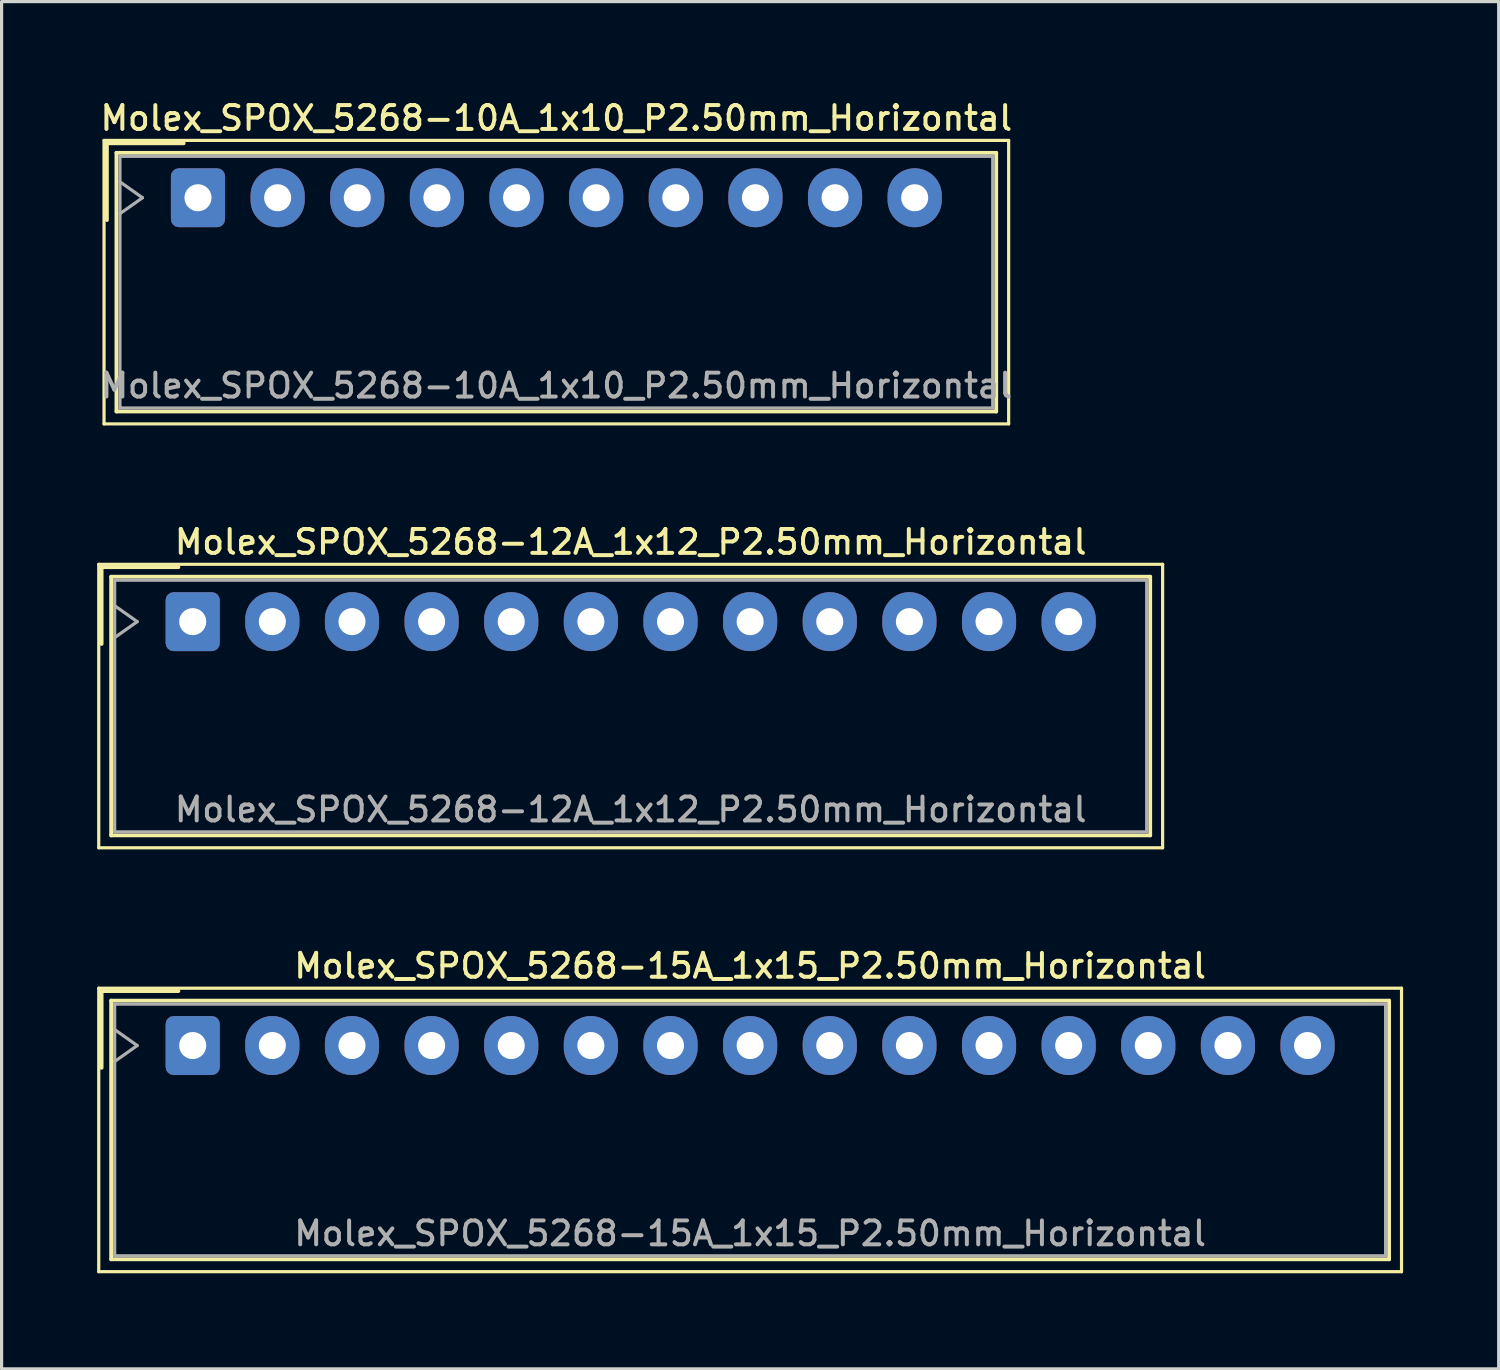
<source format=kicad_pcb>
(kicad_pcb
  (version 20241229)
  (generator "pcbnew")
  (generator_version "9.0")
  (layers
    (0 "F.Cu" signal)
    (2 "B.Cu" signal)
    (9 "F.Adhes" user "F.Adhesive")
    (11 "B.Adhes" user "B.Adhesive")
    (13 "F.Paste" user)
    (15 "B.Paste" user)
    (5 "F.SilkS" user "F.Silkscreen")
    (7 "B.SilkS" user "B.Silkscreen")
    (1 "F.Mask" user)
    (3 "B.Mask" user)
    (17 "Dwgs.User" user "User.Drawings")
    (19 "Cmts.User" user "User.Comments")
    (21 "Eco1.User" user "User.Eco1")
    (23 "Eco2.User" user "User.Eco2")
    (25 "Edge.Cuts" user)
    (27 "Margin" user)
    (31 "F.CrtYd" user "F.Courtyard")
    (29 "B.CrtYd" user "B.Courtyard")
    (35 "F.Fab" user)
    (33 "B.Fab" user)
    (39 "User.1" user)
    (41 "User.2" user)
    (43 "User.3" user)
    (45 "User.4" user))
  (footprint "Molex_SPOX_5268-10A_1x10_P2.50mm_Horizontal"
    (layer "F.Cu")
    (at 3.166 3.158)
    (property "Reference" "Molex_SPOX_5268-10A_1x10_P2.50mm_Horizontal" (at 11.25 -2.5 0) (layer "F.SilkS") (effects (font (size 0.75 0.75) (thickness 0.125))))
    (attr through_hole)
    (fp_line (start -2.95 -1.8) (end -2.95 7.1) (stroke (width 0.1) (type solid)) (layer "F.SilkS"))
    (fp_line (start -2.95 7.1) (end 25.45 7.1) (stroke (width 0.1) (type solid)) (layer "F.SilkS"))
    (fp_line (start -2.86 -1.71) (end -0.45 -1.71) (stroke (width 0.12) (type solid)) (layer "F.SilkS"))
    (fp_line (start -2.86 0.7) (end -2.86 -1.71) (stroke (width 0.12) (type solid)) (layer "F.SilkS"))
    (fp_line (start -2.56 -1.41) (end -2.56 6.71) (stroke (width 0.12) (type solid)) (layer "F.SilkS"))
    (fp_line (start -2.56 6.71) (end 25.06 6.71) (stroke (width 0.12) (type solid)) (layer "F.SilkS"))
    (fp_line (start 25.06 -1.41) (end -2.56 -1.41) (stroke (width 0.12) (type solid)) (layer "F.SilkS"))
    (fp_line (start 25.06 6.71) (end 25.06 -1.41) (stroke (width 0.12) (type solid)) (layer "F.SilkS"))
    (fp_line (start 25.45 -1.8) (end -2.95 -1.8) (stroke (width 0.1) (type solid)) (layer "F.SilkS"))
    (fp_line (start 25.45 7.1) (end 25.45 -1.8) (stroke (width 0.1) (type solid)) (layer "F.SilkS"))
    (fp_line (start -2.45 -1.3) (end -2.45 6.6) (stroke (width 0.1) (type solid)) (layer "F.Fab"))
    (fp_line (start -2.45 0.5) (end -1.743 0) (stroke (width 0.1) (type solid)) (layer "F.Fab"))
    (fp_line (start -2.45 6.6) (end 24.95 6.6) (stroke (width 0.1) (type solid)) (layer "F.Fab"))
    (fp_line (start -1.743 0) (end -2.45 -0.5) (stroke (width 0.1) (type solid)) (layer "F.Fab"))
    (fp_line (start 24.95 -1.3) (end -2.45 -1.3) (stroke (width 0.1) (type solid)) (layer "F.Fab"))
    (fp_line (start 24.95 6.6) (end 24.95 -1.3) (stroke (width 0.1) (type solid)) (layer "F.Fab"))
    (fp_text user "${REFERENCE}" (at 11.25 5.9 0) (layer "F.Fab") (effects (font (size 0.75 0.75) (thickness 0.125))))
    (pad "1" thru_hole roundrect (at 0 0) (size 1.7 1.85) (drill 0.85) (layers "*.Cu" "*.Mask") (roundrect_rratio 0.147))
    (pad "2" thru_hole oval (at 2.5 0) (size 1.7 1.85) (drill 0.85) (layers "*.Cu" "*.Mask"))
    (pad "3" thru_hole oval (at 5 0) (size 1.7 1.85) (drill 0.85) (layers "*.Cu" "*.Mask"))
    (pad "4" thru_hole oval (at 7.5 0) (size 1.7 1.85) (drill 0.85) (layers "*.Cu" "*.Mask"))
    (pad "5" thru_hole oval (at 10 0) (size 1.7 1.85) (drill 0.85) (layers "*.Cu" "*.Mask"))
    (pad "6" thru_hole oval (at 12.5 0) (size 1.7 1.85) (drill 0.85) (layers "*.Cu" "*.Mask"))
    (pad "7" thru_hole oval (at 15 0) (size 1.7 1.85) (drill 0.85) (layers "*.Cu" "*.Mask"))
    (pad "8" thru_hole oval (at 17.5 0) (size 1.7 1.85) (drill 0.85) (layers "*.Cu" "*.Mask"))
    (pad "9" thru_hole oval (at 20 0) (size 1.7 1.85) (drill 0.85) (layers "*.Cu" "*.Mask"))
    (pad "10" thru_hole oval (at 22.5 0) (size 1.7 1.85) (drill 0.85) (layers "*.Cu" "*.Mask")))
  (footprint "Molex_SPOX_5268-15A_1x15_P2.50mm_Horizontal"
    (layer "F.Cu")
    (at 3 29.774)
    (property "Reference" "Molex_SPOX_5268-15A_1x15_P2.50mm_Horizontal" (at 17.5 -2.5 0) (layer "F.SilkS") (effects (font (size 0.75 0.75) (thickness 0.125))))
    (attr through_hole)
    (fp_line (start -2.95 -1.8) (end -2.95 7.1) (stroke (width 0.1) (type solid)) (layer "F.SilkS"))
    (fp_line (start -2.95 7.1) (end 37.95 7.1) (stroke (width 0.1) (type solid)) (layer "F.SilkS"))
    (fp_line (start -2.86 -1.71) (end -0.45 -1.71) (stroke (width 0.12) (type solid)) (layer "F.SilkS"))
    (fp_line (start -2.86 0.7) (end -2.86 -1.71) (stroke (width 0.12) (type solid)) (layer "F.SilkS"))
    (fp_line (start -2.56 -1.41) (end -2.56 6.71) (stroke (width 0.12) (type solid)) (layer "F.SilkS"))
    (fp_line (start -2.56 6.71) (end 37.56 6.71) (stroke (width 0.12) (type solid)) (layer "F.SilkS"))
    (fp_line (start 37.56 -1.41) (end -2.56 -1.41) (stroke (width 0.12) (type solid)) (layer "F.SilkS"))
    (fp_line (start 37.56 6.71) (end 37.56 -1.41) (stroke (width 0.12) (type solid)) (layer "F.SilkS"))
    (fp_line (start 37.95 -1.8) (end -2.95 -1.8) (stroke (width 0.1) (type solid)) (layer "F.SilkS"))
    (fp_line (start 37.95 7.1) (end 37.95 -1.8) (stroke (width 0.1) (type solid)) (layer "F.SilkS"))
    (fp_line (start -2.45 -1.3) (end -2.45 6.6) (stroke (width 0.1) (type solid)) (layer "F.Fab"))
    (fp_line (start -2.45 0.5) (end -1.743 0) (stroke (width 0.1) (type solid)) (layer "F.Fab"))
    (fp_line (start -2.45 6.6) (end 37.45 6.6) (stroke (width 0.1) (type solid)) (layer "F.Fab"))
    (fp_line (start -1.743 0) (end -2.45 -0.5) (stroke (width 0.1) (type solid)) (layer "F.Fab"))
    (fp_line (start 37.45 -1.3) (end -2.45 -1.3) (stroke (width 0.1) (type solid)) (layer "F.Fab"))
    (fp_line (start 37.45 6.6) (end 37.45 -1.3) (stroke (width 0.1) (type solid)) (layer "F.Fab"))
    (fp_text user "${REFERENCE}" (at 17.5 5.9 0) (layer "F.Fab") (effects (font (size 0.75 0.75) (thickness 0.125))))
    (pad "1" thru_hole roundrect (at 0 0) (size 1.7 1.85) (drill 0.85) (layers "*.Cu" "*.Mask") (roundrect_rratio 0.147))
    (pad "2" thru_hole oval (at 2.5 0) (size 1.7 1.85) (drill 0.85) (layers "*.Cu" "*.Mask"))
    (pad "3" thru_hole oval (at 5 0) (size 1.7 1.85) (drill 0.85) (layers "*.Cu" "*.Mask"))
    (pad "4" thru_hole oval (at 7.5 0) (size 1.7 1.85) (drill 0.85) (layers "*.Cu" "*.Mask"))
    (pad "5" thru_hole oval (at 10 0) (size 1.7 1.85) (drill 0.85) (layers "*.Cu" "*.Mask"))
    (pad "6" thru_hole oval (at 12.5 0) (size 1.7 1.85) (drill 0.85) (layers "*.Cu" "*.Mask"))
    (pad "7" thru_hole oval (at 15 0) (size 1.7 1.85) (drill 0.85) (layers "*.Cu" "*.Mask"))
    (pad "8" thru_hole oval (at 17.5 0) (size 1.7 1.85) (drill 0.85) (layers "*.Cu" "*.Mask"))
    (pad "9" thru_hole oval (at 20 0) (size 1.7 1.85) (drill 0.85) (layers "*.Cu" "*.Mask"))
    (pad "10" thru_hole oval (at 22.5 0) (size 1.7 1.85) (drill 0.85) (layers "*.Cu" "*.Mask"))
    (pad "11" thru_hole oval (at 25 0) (size 1.7 1.85) (drill 0.85) (layers "*.Cu" "*.Mask"))
    (pad "12" thru_hole oval (at 27.5 0) (size 1.7 1.85) (drill 0.85) (layers "*.Cu" "*.Mask"))
    (pad "13" thru_hole oval (at 30 0) (size 1.7 1.85) (drill 0.85) (layers "*.Cu" "*.Mask"))
    (pad "14" thru_hole oval (at 32.5 0) (size 1.7 1.85) (drill 0.85) (layers "*.Cu" "*.Mask"))
    (pad "15" thru_hole oval (at 35 0) (size 1.7 1.85) (drill 0.85) (layers "*.Cu" "*.Mask")))
  (footprint "Molex_SPOX_5268-12A_1x12_P2.50mm_Horizontal"
    (layer "F.Cu")
    (at 3 16.466)
    (property "Reference" "Molex_SPOX_5268-12A_1x12_P2.50mm_Horizontal" (at 13.75 -2.5 0) (layer "F.SilkS") (effects (font (size 0.75 0.75) (thickness 0.125))))
    (attr through_hole)
    (fp_line (start -2.95 -1.8) (end -2.95 7.1) (stroke (width 0.1) (type solid)) (layer "F.SilkS"))
    (fp_line (start -2.95 7.1) (end 30.45 7.1) (stroke (width 0.1) (type solid)) (layer "F.SilkS"))
    (fp_line (start -2.86 -1.71) (end -0.45 -1.71) (stroke (width 0.12) (type solid)) (layer "F.SilkS"))
    (fp_line (start -2.86 0.7) (end -2.86 -1.71) (stroke (width 0.12) (type solid)) (layer "F.SilkS"))
    (fp_line (start -2.56 -1.41) (end -2.56 6.71) (stroke (width 0.12) (type solid)) (layer "F.SilkS"))
    (fp_line (start -2.56 6.71) (end 30.06 6.71) (stroke (width 0.12) (type solid)) (layer "F.SilkS"))
    (fp_line (start 30.06 -1.41) (end -2.56 -1.41) (stroke (width 0.12) (type solid)) (layer "F.SilkS"))
    (fp_line (start 30.06 6.71) (end 30.06 -1.41) (stroke (width 0.12) (type solid)) (layer "F.SilkS"))
    (fp_line (start 30.45 -1.8) (end -2.95 -1.8) (stroke (width 0.1) (type solid)) (layer "F.SilkS"))
    (fp_line (start 30.45 7.1) (end 30.45 -1.8) (stroke (width 0.1) (type solid)) (layer "F.SilkS"))
    (fp_line (start -2.45 -1.3) (end -2.45 6.6) (stroke (width 0.1) (type solid)) (layer "F.Fab"))
    (fp_line (start -2.45 0.5) (end -1.743 0) (stroke (width 0.1) (type solid)) (layer "F.Fab"))
    (fp_line (start -2.45 6.6) (end 29.95 6.6) (stroke (width 0.1) (type solid)) (layer "F.Fab"))
    (fp_line (start -1.743 0) (end -2.45 -0.5) (stroke (width 0.1) (type solid)) (layer "F.Fab"))
    (fp_line (start 29.95 -1.3) (end -2.45 -1.3) (stroke (width 0.1) (type solid)) (layer "F.Fab"))
    (fp_line (start 29.95 6.6) (end 29.95 -1.3) (stroke (width 0.1) (type solid)) (layer "F.Fab"))
    (fp_text user "${REFERENCE}" (at 13.75 5.9 0) (layer "F.Fab") (effects (font (size 0.75 0.75) (thickness 0.125))))
    (pad "1" thru_hole roundrect (at 0 0) (size 1.7 1.85) (drill 0.85) (layers "*.Cu" "*.Mask") (roundrect_rratio 0.147))
    (pad "2" thru_hole oval (at 2.5 0) (size 1.7 1.85) (drill 0.85) (layers "*.Cu" "*.Mask"))
    (pad "3" thru_hole oval (at 5 0) (size 1.7 1.85) (drill 0.85) (layers "*.Cu" "*.Mask"))
    (pad "4" thru_hole oval (at 7.5 0) (size 1.7 1.85) (drill 0.85) (layers "*.Cu" "*.Mask"))
    (pad "5" thru_hole oval (at 10 0) (size 1.7 1.85) (drill 0.85) (layers "*.Cu" "*.Mask"))
    (pad "6" thru_hole oval (at 12.5 0) (size 1.7 1.85) (drill 0.85) (layers "*.Cu" "*.Mask"))
    (pad "7" thru_hole oval (at 15 0) (size 1.7 1.85) (drill 0.85) (layers "*.Cu" "*.Mask"))
    (pad "8" thru_hole oval (at 17.5 0) (size 1.7 1.85) (drill 0.85) (layers "*.Cu" "*.Mask"))
    (pad "9" thru_hole oval (at 20 0) (size 1.7 1.85) (drill 0.85) (layers "*.Cu" "*.Mask"))
    (pad "10" thru_hole oval (at 22.5 0) (size 1.7 1.85) (drill 0.85) (layers "*.Cu" "*.Mask"))
    (pad "11" thru_hole oval (at 25 0) (size 1.7 1.85) (drill 0.85) (layers "*.Cu" "*.Mask"))
    (pad "12" thru_hole oval (at 27.5 0) (size 1.7 1.85) (drill 0.85) (layers "*.Cu" "*.Mask")))
  (gr_rect
    (start -3 -3)
    (end 44 39.924)
    (stroke (width 0.1) (type default))
    (fill no)
    (layer "Edge.Cuts")))
</source>
